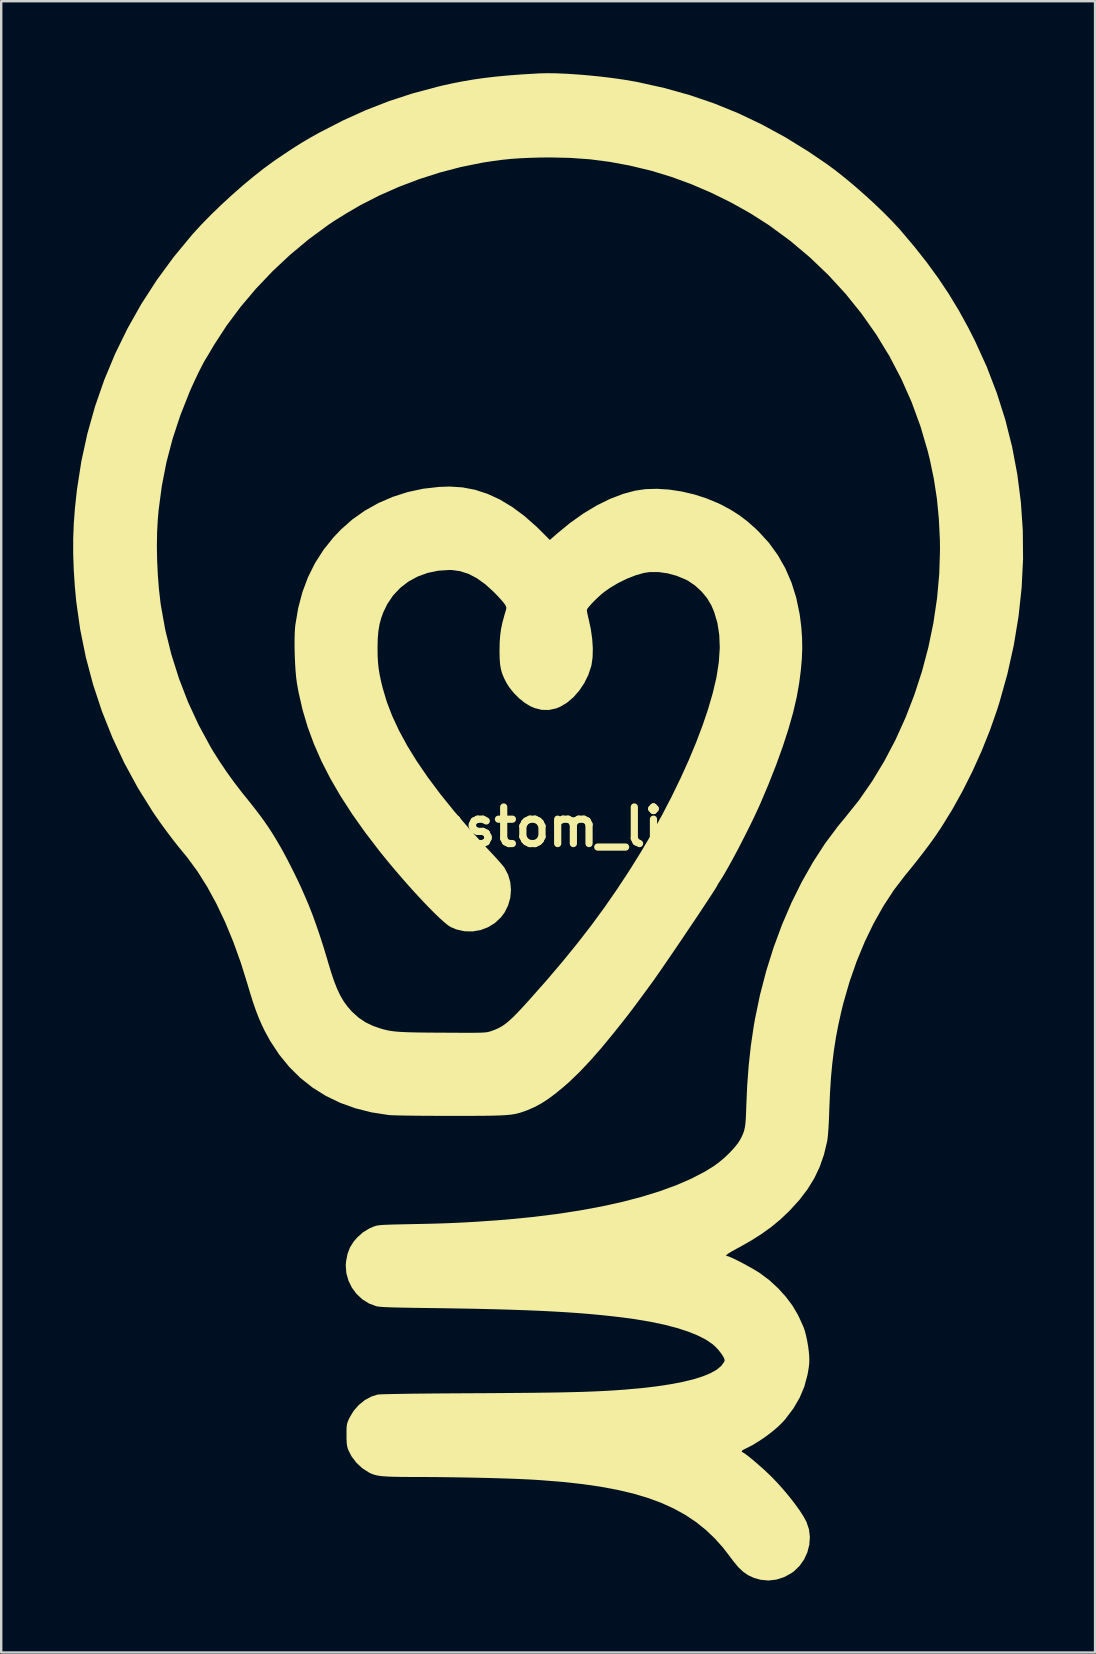
<source format=kicad_pcb>
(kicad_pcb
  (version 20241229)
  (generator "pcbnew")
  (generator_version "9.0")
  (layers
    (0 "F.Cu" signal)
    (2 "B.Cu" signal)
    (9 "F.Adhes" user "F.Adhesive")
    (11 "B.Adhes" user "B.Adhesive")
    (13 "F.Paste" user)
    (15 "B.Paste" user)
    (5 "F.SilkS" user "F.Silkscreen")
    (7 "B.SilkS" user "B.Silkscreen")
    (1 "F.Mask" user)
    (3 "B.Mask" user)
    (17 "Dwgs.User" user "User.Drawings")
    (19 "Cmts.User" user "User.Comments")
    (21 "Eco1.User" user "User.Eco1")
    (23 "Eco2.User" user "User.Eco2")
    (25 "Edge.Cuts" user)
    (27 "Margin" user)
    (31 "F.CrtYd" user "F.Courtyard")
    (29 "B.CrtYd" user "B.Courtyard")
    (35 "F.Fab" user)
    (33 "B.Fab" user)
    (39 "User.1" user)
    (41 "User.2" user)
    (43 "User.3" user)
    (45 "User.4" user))
  (footprint "custom_lib"
    (layer "F.Cu")
    (at 19.789 31.411)
    (property "Reference" "custom_lib" (at 0 0 0) (layer "F.SilkS") (effects (font (size 1.524 1.524) (thickness 0.3))))
    (attr board_only exclude_from_pos_files exclude_from_bom)
    (fp_poly (pts (xy 0.344 -31.406) (xy 0.778 -31.387) (xy 1.243 -31.357) (xy 1.726 -31.316) (xy 2.215 -31.266) (xy 2.698 -31.207) (xy 3.16 -31.141) (xy 3.59 -31.068) (xy 3.744 -31.039) (xy 4.84 -30.795) (xy 5.898 -30.499) (xy 6.924 -30.149) (xy 7.927 -29.741) (xy 8.911 -29.272) (xy 9.885 -28.741) (xy 10.853 -28.143) (xy 11.62 -27.621) (xy 11.984 -27.353) (xy 12.376 -27.041) (xy 12.786 -26.699) (xy 13.198 -26.337) (xy 13.603 -25.967) (xy 13.985 -25.6) (xy 14.334 -25.247) (xy 14.637 -24.919) (xy 14.671 -24.881) (xy 15.252 -24.195) (xy 15.778 -23.529) (xy 16.257 -22.872) (xy 16.698 -22.21) (xy 17.109 -21.532) (xy 17.499 -20.824) (xy 17.786 -20.259) (xy 18.276 -19.181) (xy 18.698 -18.083) (xy 19.052 -16.967) (xy 19.337 -15.834) (xy 19.553 -14.685) (xy 19.701 -13.524) (xy 19.78 -12.352) (xy 19.791 -11.17) (xy 19.732 -9.981) (xy 19.604 -8.786) (xy 19.407 -7.588) (xy 19.141 -6.388) (xy 18.805 -5.188) (xy 18.711 -4.89) (xy 18.412 -4.035) (xy 18.067 -3.175) (xy 17.684 -2.325) (xy 17.269 -1.498) (xy 16.829 -0.707) (xy 16.37 0.034) (xy 16.102 0.43) (xy 15.88 0.737) (xy 15.621 1.081) (xy 15.336 1.447) (xy 15.038 1.818) (xy 14.874 2.017) (xy 14.409 2.624) (xy 13.972 3.292) (xy 13.565 4.014) (xy 13.193 4.785) (xy 12.857 5.597) (xy 12.561 6.444) (xy 12.308 7.32) (xy 12.218 7.684) (xy 12.096 8.233) (xy 11.994 8.767) (xy 11.91 9.302) (xy 11.842 9.849) (xy 11.788 10.424) (xy 11.748 11.04) (xy 11.719 11.712) (xy 11.715 11.822) (xy 11.701 12.212) (xy 11.683 12.543) (xy 11.663 12.812) (xy 11.641 13.015) (xy 11.626 13.105) (xy 11.494 13.652) (xy 11.318 14.159) (xy 11.092 14.636) (xy 10.811 15.093) (xy 10.47 15.54) (xy 10.064 15.985) (xy 10.015 16.034) (xy 9.667 16.362) (xy 9.3 16.665) (xy 8.902 16.952) (xy 8.461 17.232) (xy 7.964 17.514) (xy 7.849 17.575) (xy 7.643 17.689) (xy 7.502 17.776) (xy 7.428 17.836) (xy 7.42 17.869) (xy 7.458 17.877) (xy 7.522 17.894) (xy 7.637 17.942) (xy 7.79 18.013) (xy 7.969 18.103) (xy 8.164 18.205) (xy 8.361 18.313) (xy 8.55 18.42) (xy 8.718 18.521) (xy 8.84 18.599) (xy 9.224 18.888) (xy 9.583 19.218) (xy 9.907 19.575) (xy 10.186 19.948) (xy 10.408 20.325) (xy 10.469 20.452) (xy 10.534 20.595) (xy 10.597 20.735) (xy 10.64 20.832) (xy 10.693 20.979) (xy 10.746 21.178) (xy 10.795 21.409) (xy 10.837 21.652) (xy 10.867 21.887) (xy 10.879 22.032) (xy 10.885 22.203) (xy 10.88 22.359) (xy 10.861 22.524) (xy 10.828 22.722) (xy 10.805 22.839) (xy 10.676 23.319) (xy 10.482 23.78) (xy 10.222 24.226) (xy 9.893 24.662) (xy 9.794 24.776) (xy 9.599 24.972) (xy 9.355 25.181) (xy 9.08 25.391) (xy 8.79 25.588) (xy 8.505 25.761) (xy 8.241 25.897) (xy 8.218 25.907) (xy 8.106 25.965) (xy 8.064 26.011) (xy 8.088 26.046) (xy 8.108 26.055) (xy 8.179 26.097) (xy 8.292 26.179) (xy 8.437 26.294) (xy 8.604 26.433) (xy 8.783 26.588) (xy 8.966 26.75) (xy 9.14 26.912) (xy 9.298 27.064) (xy 9.332 27.098) (xy 9.59 27.368) (xy 9.843 27.654) (xy 10.084 27.946) (xy 10.305 28.231) (xy 10.497 28.501) (xy 10.653 28.745) (xy 10.764 28.952) (xy 10.768 28.96) (xy 10.87 29.266) (xy 10.908 29.585) (xy 10.884 29.907) (xy 10.803 30.222) (xy 10.667 30.519) (xy 10.478 30.787) (xy 10.242 31.015) (xy 10.138 31.091) (xy 9.833 31.256) (xy 9.511 31.359) (xy 9.184 31.397) (xy 8.863 31.368) (xy 8.834 31.362) (xy 8.572 31.286) (xy 8.34 31.179) (xy 8.127 31.033) (xy 7.922 30.838) (xy 7.714 30.586) (xy 7.623 30.463) (xy 7.294 30.034) (xy 6.943 29.641) (xy 6.566 29.283) (xy 6.159 28.958) (xy 5.719 28.664) (xy 5.242 28.401) (xy 4.726 28.166) (xy 4.166 27.959) (xy 3.559 27.778) (xy 2.901 27.622) (xy 2.189 27.489) (xy 1.419 27.378) (xy 0.589 27.287) (xy -0.306 27.216) (xy -0.681 27.192) (xy -1.023 27.175) (xy -1.426 27.158) (xy -1.879 27.143) (xy -2.371 27.128) (xy -2.89 27.116) (xy -3.427 27.105) (xy -3.969 27.096) (xy -4.506 27.089) (xy -5.028 27.085) (xy -5.41 27.084) (xy -5.811 27.083) (xy -6.148 27.08) (xy -6.429 27.075) (xy -6.66 27.067) (xy -6.849 27.055) (xy -7.003 27.04) (xy -7.13 27.019) (xy -7.237 26.992) (xy -7.332 26.959) (xy -7.422 26.92) (xy -7.457 26.902) (xy -7.737 26.723) (xy -7.986 26.493) (xy -8.19 26.225) (xy -8.319 25.973) (xy -8.355 25.876) (xy -8.378 25.778) (xy -8.392 25.661) (xy -8.399 25.506) (xy -8.4 25.328) (xy -8.4 25.141) (xy -8.396 25.006) (xy -8.384 24.905) (xy -8.362 24.817) (xy -8.325 24.724) (xy -8.27 24.607) (xy -8.267 24.599) (xy -8.1 24.323) (xy -7.885 24.08) (xy -7.634 23.878) (xy -7.358 23.729) (xy -7.111 23.651) (xy -7.042 23.644) (xy -6.902 23.637) (xy -6.693 23.631) (xy -6.415 23.625) (xy -6.071 23.619) (xy -5.661 23.613) (xy -5.186 23.608) (xy -4.648 23.603) (xy -4.048 23.599) (xy -3.386 23.595) (xy -3.171 23.594) (xy -2.434 23.59) (xy -1.765 23.585) (xy -1.157 23.58) (xy -0.605 23.575) (xy -0.105 23.569) (xy 0.35 23.562) (xy 0.763 23.554) (xy 1.14 23.545) (xy 1.487 23.535) (xy 1.807 23.523) (xy 2.107 23.51) (xy 2.391 23.496) (xy 2.665 23.48) (xy 2.934 23.462) (xy 3.153 23.446) (xy 3.859 23.384) (xy 4.504 23.309) (xy 5.087 23.221) (xy 5.607 23.122) (xy 6.062 23.011) (xy 6.452 22.888) (xy 6.775 22.754) (xy 7.03 22.609) (xy 7.217 22.453) (xy 7.335 22.287) (xy 7.355 22.239) (xy 7.347 22.17) (xy 7.297 22.065) (xy 7.214 21.938) (xy 7.107 21.802) (xy 6.987 21.671) (xy 6.863 21.557) (xy 6.861 21.556) (xy 6.587 21.368) (xy 6.245 21.192) (xy 5.839 21.027) (xy 5.372 20.876) (xy 4.846 20.738) (xy 4.264 20.616) (xy 3.631 20.509) (xy 3.135 20.441) (xy 2.689 20.388) (xy 2.235 20.34) (xy 1.769 20.296) (xy 1.284 20.256) (xy 0.777 20.221) (xy 0.241 20.189) (xy -0.328 20.16) (xy -0.936 20.135) (xy -1.588 20.112) (xy -2.289 20.092) (xy -3.044 20.075) (xy -3.858 20.06) (xy -4.736 20.046) (xy -5.104 20.042) (xy -5.549 20.036) (xy -5.927 20.029) (xy -6.245 20.023) (xy -6.507 20.016) (xy -6.718 20.008) (xy -6.884 20) (xy -7.01 19.99) (xy -7.101 19.979) (xy -7.161 19.967) (xy -7.468 19.852) (xy -7.744 19.678) (xy -7.982 19.456) (xy -8.175 19.195) (xy -8.319 18.903) (xy -8.407 18.59) (xy -8.432 18.265) (xy -8.417 18.085) (xy -8.355 17.778) (xy -8.254 17.517) (xy -8.106 17.28) (xy -7.954 17.103) (xy -7.713 16.887) (xy -7.447 16.726) (xy -7.29 16.658) (xy -7.232 16.636) (xy -7.174 16.619) (xy -7.108 16.604) (xy -7.027 16.593) (xy -6.922 16.583) (xy -6.786 16.575) (xy -6.611 16.569) (xy -6.388 16.562) (xy -6.11 16.556) (xy -5.77 16.549) (xy -5.732 16.548) (xy -5.296 16.539) (xy -4.919 16.531) (xy -4.587 16.522) (xy -4.285 16.512) (xy -4.002 16.501) (xy -3.723 16.488) (xy -3.436 16.474) (xy -3.126 16.456) (xy -2.884 16.441) (xy -1.762 16.36) (xy -0.688 16.255) (xy 0.336 16.129) (xy 1.31 15.98) (xy 2.229 15.811) (xy 3.094 15.62) (xy 3.9 15.409) (xy 4.647 15.178) (xy 5.332 14.928) (xy 5.954 14.659) (xy 6.51 14.372) (xy 6.901 14.132) (xy 7.121 13.971) (xy 7.346 13.782) (xy 7.56 13.578) (xy 7.751 13.373) (xy 7.906 13.18) (xy 7.996 13.04) (xy 8.069 12.902) (xy 8.125 12.776) (xy 8.168 12.652) (xy 8.199 12.516) (xy 8.222 12.355) (xy 8.237 12.158) (xy 8.249 11.912) (xy 8.256 11.679) (xy 8.295 10.782) (xy 8.358 9.938) (xy 8.446 9.129) (xy 8.562 8.339) (xy 8.619 8.007) (xy 8.83 6.991) (xy 9.09 5.994) (xy 9.396 5.019) (xy 9.746 4.073) (xy 10.137 3.162) (xy 10.568 2.292) (xy 11.035 1.467) (xy 11.535 0.695) (xy 12.067 -0.02) (xy 12.351 -0.363) (xy 12.947 -1.107) (xy 13.501 -1.905) (xy 14.012 -2.751) (xy 14.478 -3.639) (xy 14.896 -4.564) (xy 15.265 -5.52) (xy 15.583 -6.5) (xy 15.847 -7.499) (xy 16.056 -8.511) (xy 16.207 -9.53) (xy 16.299 -10.55) (xy 16.33 -11.566) (xy 16.324 -11.983) (xy 16.281 -12.855) (xy 16.2 -13.685) (xy 16.076 -14.494) (xy 15.908 -15.303) (xy 15.818 -15.667) (xy 15.516 -16.697) (xy 15.149 -17.701) (xy 14.718 -18.674) (xy 14.225 -19.616) (xy 13.673 -20.522) (xy 13.062 -21.39) (xy 12.395 -22.219) (xy 11.674 -23.004) (xy 10.901 -23.743) (xy 10.078 -24.435) (xy 9.205 -25.075) (xy 9.189 -25.086) (xy 8.445 -25.562) (xy 7.655 -26.006) (xy 6.834 -26.413) (xy 5.996 -26.775) (xy 5.155 -27.085) (xy 4.327 -27.338) (xy 4.227 -27.364) (xy 3.386 -27.565) (xy 2.568 -27.716) (xy 1.756 -27.822) (xy 0.929 -27.882) (xy 0.07 -27.901) (xy -0.34 -27.896) (xy -0.794 -27.883) (xy -1.195 -27.864) (xy -1.564 -27.838) (xy -1.921 -27.801) (xy -2.285 -27.753) (xy -2.676 -27.692) (xy -2.783 -27.674) (xy -3.646 -27.499) (xy -4.518 -27.27) (xy -5.385 -26.992) (xy -6.234 -26.669) (xy -7.052 -26.306) (xy -7.826 -25.909) (xy -8.323 -25.62) (xy -8.538 -25.488) (xy -8.704 -25.386) (xy -8.832 -25.306) (xy -8.935 -25.24) (xy -9.024 -25.181) (xy -9.112 -25.122) (xy -9.171 -25.082) (xy -9.974 -24.491) (xy -10.746 -23.848) (xy -11.481 -23.16) (xy -12.171 -22.434) (xy -12.812 -21.675) (xy -13.397 -20.892) (xy -13.918 -20.091) (xy -14.041 -19.883) (xy -14.12 -19.748) (xy -14.192 -19.627) (xy -14.245 -19.54) (xy -14.255 -19.525) (xy -14.323 -19.411) (xy -14.411 -19.246) (xy -14.515 -19.041) (xy -14.628 -18.811) (xy -14.742 -18.569) (xy -14.852 -18.329) (xy -14.94 -18.128) (xy -15.327 -17.148) (xy -15.647 -16.177) (xy -15.902 -15.204) (xy -16.095 -14.22) (xy -16.228 -13.217) (xy -16.264 -12.811) (xy -16.293 -12.282) (xy -16.302 -11.705) (xy -16.291 -11.102) (xy -16.262 -10.494) (xy -16.215 -9.902) (xy -16.151 -9.347) (xy -16.137 -9.243) (xy -15.952 -8.214) (xy -15.699 -7.194) (xy -15.382 -6.189) (xy -15.003 -5.207) (xy -14.564 -4.257) (xy -14.069 -3.345) (xy -13.955 -3.153) (xy -13.681 -2.72) (xy -13.381 -2.276) (xy -13.072 -1.848) (xy -12.771 -1.458) (xy -12.737 -1.415) (xy -12.457 -1.067) (xy -12.217 -0.763) (xy -12.008 -0.49) (xy -11.824 -0.237) (xy -11.657 0.006) (xy -11.498 0.25) (xy -11.34 0.507) (xy -11.176 0.788) (xy -11.134 0.86) (xy -11.013 1.078) (xy -10.874 1.34) (xy -10.726 1.627) (xy -10.579 1.921) (xy -10.442 2.201) (xy -10.325 2.45) (xy -10.267 2.579) (xy -10.202 2.726) (xy -10.138 2.873) (xy -10.094 2.971) (xy -9.96 3.289) (xy -9.814 3.664) (xy -9.663 4.083) (xy -9.509 4.533) (xy -9.359 5) (xy -9.215 5.472) (xy -9.168 5.636) (xy -9.038 6.066) (xy -8.913 6.434) (xy -8.789 6.749) (xy -8.66 7.02) (xy -8.522 7.257) (xy -8.371 7.467) (xy -8.203 7.661) (xy -8.158 7.708) (xy -7.894 7.945) (xy -7.611 8.136) (xy -7.291 8.289) (xy -6.973 8.399) (xy -6.851 8.434) (xy -6.732 8.463) (xy -6.608 8.488) (xy -6.473 8.508) (xy -6.319 8.525) (xy -6.139 8.538) (xy -5.926 8.548) (xy -5.674 8.556) (xy -5.374 8.562) (xy -5.021 8.566) (xy -4.607 8.569) (xy -4.371 8.57) (xy -3.969 8.572) (xy -3.632 8.574) (xy -3.353 8.575) (xy -3.126 8.574) (xy -2.944 8.572) (xy -2.8 8.569) (xy -2.687 8.563) (xy -2.599 8.556) (xy -2.53 8.546) (xy -2.472 8.534) (xy -2.418 8.519) (xy -2.363 8.5) (xy -2.354 8.498) (xy -2.197 8.439) (xy -2.051 8.373) (xy -1.911 8.293) (xy -1.768 8.194) (xy -1.617 8.068) (xy -1.448 7.911) (xy -1.256 7.716) (xy -1.032 7.477) (xy -0.784 7.204) (xy -0.069 6.396) (xy 0.593 5.618) (xy 1.21 4.86) (xy 1.79 4.112) (xy 2.339 3.363) (xy 2.866 2.604) (xy 3.378 1.826) (xy 3.86 1.054) (xy 4.312 0.288) (xy 4.741 -0.485) (xy 5.144 -1.26) (xy 5.518 -2.03) (xy 5.861 -2.788) (xy 6.169 -3.528) (xy 6.44 -4.243) (xy 6.671 -4.927) (xy 6.859 -5.573) (xy 7.001 -6.175) (xy 7.021 -6.272) (xy 7.116 -6.891) (xy 7.153 -7.469) (xy 7.132 -8.007) (xy 7.054 -8.506) (xy 6.917 -8.967) (xy 6.801 -9.24) (xy 6.625 -9.534) (xy 6.395 -9.813) (xy 6.126 -10.06) (xy 5.836 -10.258) (xy 5.732 -10.313) (xy 5.355 -10.468) (xy 4.969 -10.573) (xy 4.589 -10.625) (xy 4.227 -10.623) (xy 3.991 -10.587) (xy 3.647 -10.489) (xy 3.28 -10.344) (xy 2.913 -10.164) (xy 2.568 -9.958) (xy 2.347 -9.802) (xy 2.218 -9.697) (xy 2.08 -9.572) (xy 1.943 -9.44) (xy 1.817 -9.31) (xy 1.713 -9.193) (xy 1.641 -9.101) (xy 1.613 -9.045) (xy 1.613 -9.043) (xy 1.621 -8.974) (xy 1.644 -8.858) (xy 1.676 -8.717) (xy 1.685 -8.684) (xy 1.778 -8.257) (xy 1.838 -7.837) (xy 1.863 -7.438) (xy 1.854 -7.073) (xy 1.809 -6.754) (xy 1.794 -6.691) (xy 1.674 -6.334) (xy 1.506 -5.995) (xy 1.298 -5.684) (xy 1.058 -5.411) (xy 0.793 -5.184) (xy 0.511 -5.014) (xy 0.334 -4.942) (xy 0.033 -4.877) (xy -0.267 -4.882) (xy -0.57 -4.959) (xy -0.74 -5.033) (xy -0.974 -5.175) (xy -1.212 -5.367) (xy -1.435 -5.591) (xy -1.624 -5.829) (xy -1.73 -5.998) (xy -1.835 -6.203) (xy -1.912 -6.389) (xy -1.966 -6.574) (xy -2 -6.774) (xy -2.018 -7.008) (xy -2.024 -7.292) (xy -2.024 -7.344) (xy -2.018 -7.687) (xy -1.997 -7.984) (xy -1.959 -8.26) (xy -1.899 -8.541) (xy -1.814 -8.851) (xy -1.777 -8.974) (xy -1.746 -9.081) (xy -1.741 -9.152) (xy -1.766 -9.217) (xy -1.815 -9.296) (xy -1.876 -9.375) (xy -1.975 -9.489) (xy -2.1 -9.625) (xy -2.239 -9.769) (xy -2.271 -9.801) (xy -2.622 -10.119) (xy -2.968 -10.367) (xy -3.314 -10.547) (xy -3.661 -10.66) (xy -4.014 -10.709) (xy -4.107 -10.711) (xy -4.579 -10.68) (xy -5.025 -10.587) (xy -5.44 -10.435) (xy -5.819 -10.228) (xy -6.158 -9.967) (xy -6.452 -9.657) (xy -6.696 -9.3) (xy -6.862 -8.959) (xy -6.957 -8.698) (xy -7.026 -8.438) (xy -7.072 -8.163) (xy -7.098 -7.853) (xy -7.107 -7.492) (xy -7.107 -7.452) (xy -7.103 -7.135) (xy -7.088 -6.859) (xy -7.061 -6.601) (xy -7.017 -6.338) (xy -6.955 -6.047) (xy -6.893 -5.794) (xy -6.723 -5.22) (xy -6.497 -4.63) (xy -6.214 -4.021) (xy -5.873 -3.393) (xy -5.473 -2.743) (xy -5.013 -2.071) (xy -4.493 -1.376) (xy -3.911 -0.654) (xy -3.266 0.094) (xy -2.557 0.872) (xy -2.42 1.017) (xy -2.26 1.189) (xy -2.111 1.353) (xy -1.982 1.498) (xy -1.882 1.615) (xy -1.822 1.692) (xy -1.818 1.698) (xy -1.667 1.985) (xy -1.576 2.298) (xy -1.547 2.622) (xy -1.576 2.949) (xy -1.665 3.264) (xy -1.811 3.558) (xy -1.967 3.767) (xy -2.218 4.001) (xy -2.505 4.177) (xy -2.818 4.295) (xy -3.145 4.351) (xy -3.479 4.344) (xy -3.808 4.272) (xy -4.053 4.171) (xy -4.169 4.096) (xy -4.325 3.97) (xy -4.516 3.798) (xy -4.736 3.587) (xy -4.98 3.34) (xy -5.245 3.063) (xy -5.524 2.763) (xy -5.813 2.443) (xy -6.107 2.109) (xy -6.4 1.767) (xy -6.689 1.421) (xy -6.967 1.078) (xy -7.027 1.003) (xy -7.632 0.213) (xy -8.173 -0.552) (xy -8.654 -1.297) (xy -9.077 -2.026) (xy -9.444 -2.745) (xy -9.757 -3.458) (xy -10.019 -4.169) (xy -10.231 -4.884) (xy -10.397 -5.607) (xy -10.465 -5.983) (xy -10.497 -6.22) (xy -10.523 -6.506) (xy -10.543 -6.825) (xy -10.557 -7.161) (xy -10.565 -7.497) (xy -10.565 -7.817) (xy -10.557 -8.104) (xy -10.541 -8.342) (xy -10.534 -8.409) (xy -10.415 -9.119) (xy -10.238 -9.786) (xy -10.004 -10.412) (xy -9.711 -11) (xy -9.357 -11.552) (xy -8.943 -12.069) (xy -8.633 -12.395) (xy -8.158 -12.815) (xy -7.636 -13.183) (xy -7.073 -13.498) (xy -6.477 -13.756) (xy -5.853 -13.957) (xy -5.207 -14.096) (xy -4.545 -14.172) (xy -4.105 -14.187) (xy -3.57 -14.153) (xy -3.043 -14.052) (xy -2.522 -13.882) (xy -2.006 -13.644) (xy -1.494 -13.335) (xy -0.984 -12.957) (xy -0.476 -12.508) (xy -0.295 -12.331) (xy 0.072 -11.962) (xy 0.35 -12.206) (xy 0.904 -12.662) (xy 1.464 -13.061) (xy 2.025 -13.398) (xy 2.583 -13.674) (xy 3.133 -13.883) (xy 3.618 -14.014) (xy 4.057 -14.079) (xy 4.535 -14.093) (xy 5.039 -14.061) (xy 5.557 -13.983) (xy 6.079 -13.861) (xy 6.592 -13.697) (xy 7.084 -13.494) (xy 7.235 -13.421) (xy 7.622 -13.212) (xy 7.97 -12.99) (xy 8.299 -12.741) (xy 8.631 -12.448) (xy 8.772 -12.312) (xy 9.199 -11.845) (xy 9.57 -11.333) (xy 9.885 -10.779) (xy 10.142 -10.185) (xy 10.34 -9.554) (xy 10.478 -8.889) (xy 10.495 -8.779) (xy 10.551 -8.321) (xy 10.582 -7.886) (xy 10.59 -7.457) (xy 10.574 -7.015) (xy 10.532 -6.543) (xy 10.466 -6.023) (xy 10.46 -5.983) (xy 10.357 -5.401) (xy 10.209 -4.768) (xy 10.016 -4.086) (xy 9.78 -3.359) (xy 9.503 -2.589) (xy 9.184 -1.78) (xy 8.838 -0.964) (xy 8.709 -0.68) (xy 8.56 -0.363) (xy 8.395 -0.024) (xy 8.219 0.327) (xy 8.039 0.681) (xy 7.858 1.027) (xy 7.682 1.355) (xy 7.516 1.655) (xy 7.367 1.917) (xy 7.238 2.132) (xy 7.162 2.249) (xy 7.103 2.339) (xy 7.065 2.402) (xy 7.058 2.419) (xy 7.038 2.459) (xy 6.982 2.552) (xy 6.893 2.692) (xy 6.775 2.874) (xy 6.632 3.092) (xy 6.468 3.34) (xy 6.288 3.612) (xy 6.094 3.902) (xy 5.89 4.205) (xy 5.682 4.515) (xy 5.472 4.826) (xy 5.264 5.132) (xy 5.063 5.427) (xy 4.872 5.705) (xy 4.695 5.962) (xy 4.536 6.19) (xy 4.4 6.385) (xy 4.289 6.539) (xy 4.263 6.574) (xy 4.043 6.874) (xy 3.857 7.126) (xy 3.7 7.338) (xy 3.565 7.52) (xy 3.445 7.68) (xy 3.332 7.827) (xy 3.22 7.971) (xy 3.102 8.122) (xy 2.971 8.286) (xy 2.82 8.475) (xy 2.707 8.616) (xy 2.219 9.208) (xy 1.756 9.736) (xy 1.318 10.2) (xy 0.901 10.603) (xy 0.663 10.814) (xy 0.322 11.094) (xy 0.013 11.325) (xy -0.278 11.514) (xy -0.561 11.667) (xy -0.85 11.794) (xy -0.957 11.834) (xy -1.068 11.873) (xy -1.174 11.907) (xy -1.279 11.936) (xy -1.392 11.96) (xy -1.516 11.98) (xy -1.659 11.996) (xy -1.827 12.009) (xy -2.025 12.019) (xy -2.26 12.026) (xy -2.537 12.031) (xy -2.864 12.034) (xy -3.244 12.036) (xy -3.686 12.037) (xy -4.084 12.037) (xy -4.503 12.036) (xy -4.904 12.034) (xy -5.282 12.032) (xy -5.628 12.028) (xy -5.936 12.024) (xy -6.2 12.019) (xy -6.412 12.013) (xy -6.565 12.007) (xy -6.646 12.001) (xy -7.361 11.889) (xy -8.036 11.719) (xy -8.67 11.49) (xy -9.262 11.204) (xy -9.813 10.859) (xy -10.32 10.458) (xy -10.784 10) (xy -11.204 9.485) (xy -11.58 8.915) (xy -11.797 8.519) (xy -11.93 8.245) (xy -12.053 7.963) (xy -12.171 7.66) (xy -12.289 7.322) (xy -12.411 6.936) (xy -12.518 6.574) (xy -12.805 5.653) (xy -13.119 4.781) (xy -13.458 3.961) (xy -13.821 3.196) (xy -14.206 2.491) (xy -14.611 1.847) (xy -15.036 1.268) (xy -15.209 1.057) (xy -15.422 0.798) (xy -15.659 0.496) (xy -15.905 0.169) (xy -16.148 -0.165) (xy -16.374 -0.488) (xy -16.468 -0.627) (xy -17.094 -1.629) (xy -17.657 -2.665) (xy -18.157 -3.731) (xy -18.592 -4.824) (xy -18.961 -5.941) (xy -19.263 -7.077) (xy -19.497 -8.231) (xy -19.662 -9.398) (xy -19.719 -10.004) (xy -19.766 -10.715) (xy -19.789 -11.38) (xy -19.789 -12.02) (xy -19.764 -12.656) (xy -19.714 -13.312) (xy -19.638 -14.007) (xy -19.629 -14.079) (xy -19.448 -15.246) (xy -19.197 -16.396) (xy -18.879 -17.525) (xy -18.494 -18.632) (xy -18.044 -19.714) (xy -17.528 -20.769) (xy -16.949 -21.795) (xy -16.307 -22.789) (xy -15.603 -23.75) (xy -14.839 -24.674) (xy -14.799 -24.719) (xy -14.445 -25.106) (xy -14.049 -25.51) (xy -13.623 -25.922) (xy -13.18 -26.33) (xy -12.73 -26.726) (xy -12.284 -27.098) (xy -11.855 -27.436) (xy -11.454 -27.73) (xy -11.345 -27.806) (xy -11.027 -28.021) (xy -10.755 -28.202) (xy -10.515 -28.358) (xy -10.294 -28.496) (xy -10.079 -28.625) (xy -9.858 -28.753) (xy -9.617 -28.887) (xy -9.498 -28.952) (xy -8.54 -29.445) (xy -7.588 -29.875) (xy -6.628 -30.248) (xy -5.645 -30.569) (xy -4.624 -30.843) (xy -4.406 -30.895) (xy -3.958 -30.994) (xy -3.519 -31.079) (xy -3.078 -31.153) (xy -2.623 -31.217) (xy -2.143 -31.272) (xy -1.627 -31.32) (xy -1.063 -31.362) (xy -0.44 -31.399) (xy -0.376 -31.403) (xy -0.044 -31.411)) (stroke (width 0) (type solid)) (fill yes) (layer "F.SilkS")))
  (gr_rect
    (start -3 -3)
    (end 42.58 65.808)
    (stroke (width 0.1) (type default))
    (fill no)
    (layer "Edge.Cuts")))
</source>
